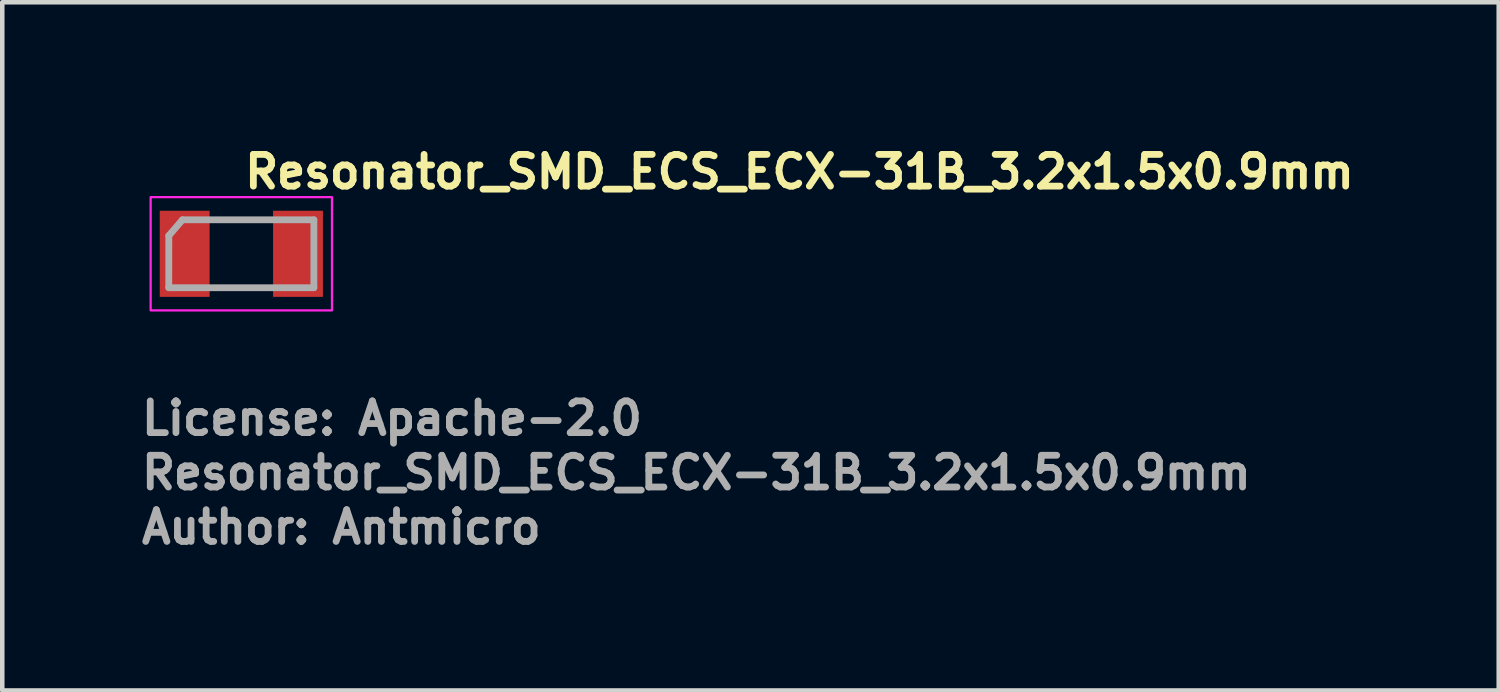
<source format=kicad_pcb>
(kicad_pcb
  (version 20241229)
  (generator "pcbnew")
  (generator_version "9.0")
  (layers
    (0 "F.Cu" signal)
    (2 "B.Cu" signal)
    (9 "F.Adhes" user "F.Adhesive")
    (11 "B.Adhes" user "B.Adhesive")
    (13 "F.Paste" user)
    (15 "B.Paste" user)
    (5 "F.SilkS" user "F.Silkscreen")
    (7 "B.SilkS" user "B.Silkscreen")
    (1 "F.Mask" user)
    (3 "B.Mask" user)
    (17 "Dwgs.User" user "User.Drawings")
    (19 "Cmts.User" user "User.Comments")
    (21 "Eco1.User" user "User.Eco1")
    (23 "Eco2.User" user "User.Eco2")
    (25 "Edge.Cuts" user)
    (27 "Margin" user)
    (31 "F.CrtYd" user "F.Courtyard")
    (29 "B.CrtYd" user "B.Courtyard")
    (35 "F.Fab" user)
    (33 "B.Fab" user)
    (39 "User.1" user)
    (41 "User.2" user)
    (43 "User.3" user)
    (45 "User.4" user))
  (footprint "Resonator_SMD_ECS_ECX-31B_3.2x1.5x0.9mm"
    (layer "F.Cu")
    (at 2.275 2.55)
    (property "Reference" "Resonator_SMD_ECS_ECX-31B_3.2x1.5x0.9mm" (at 0 -1.4 0) (layer "F.SilkS") (effects (font (size 0.7 0.7) (thickness 0.15)) (justify left bottom)))
    (attr smd)
    (fp_rect (start -2.001 -1.25) (end 2 1.248) (stroke (width 0.05) (type solid)) (fill no) (layer "F.CrtYd"))
    (fp_line (start -1.601 0.748) (end -1.6 -0.4) (stroke (width 0.15) (type solid)) (layer "F.Fab"))
    (fp_line (start -1.601 0.748) (end 1.6 0.748) (stroke (width 0.15) (type solid)) (layer "F.Fab"))
    (fp_line (start -1.3 -0.75) (end -1.6 -0.4) (stroke (width 0.15) (type solid)) (layer "F.Fab"))
    (fp_line (start 1.6 -0.75) (end -1.3 -0.75) (stroke (width 0.15) (type solid)) (layer "F.Fab"))
    (fp_line (start 1.6 0.748) (end 1.6 -0.75) (stroke (width 0.15) (type solid)) (layer "F.Fab"))
    (fp_rect (start -1.601 -0.75) (end 1.6 0.748) (stroke (width 0.1) (type solid)) (fill no) (layer "User.5"))
    (fp_line (start -1.601 -0.677) (end -1.601 0.675) (stroke (width 0.02) (type solid)) (layer "User.9"))
    (fp_line (start -1.601 0.675) (end -1.597 0.675) (stroke (width 0.02) (type solid)) (layer "User.9"))
    (fp_line (start -1.597 -0.677) (end -1.601 -0.677) (stroke (width 0.02) (type solid)) (layer "User.9"))
    (fp_line (start -1.597 0.675) (end -1.593 0.675) (stroke (width 0.02) (type solid)) (layer "User.9"))
    (fp_line (start -1.593 -0.677) (end -1.597 -0.677) (stroke (width 0.02) (type solid)) (layer "User.9"))
    (fp_line (start -1.593 0.675) (end -1.589 0.675) (stroke (width 0.02) (type solid)) (layer "User.9"))
    (fp_line (start -1.589 -0.677) (end -1.593 -0.677) (stroke (width 0.02) (type solid)) (layer "User.9"))
    (fp_line (start -1.589 0.675) (end -1.587 0.676) (stroke (width 0.02) (type solid)) (layer "User.9"))
    (fp_line (start -1.587 -0.678) (end -1.589 -0.677) (stroke (width 0.02) (type solid)) (layer "User.9"))
    (fp_line (start -1.587 0.676) (end -1.583 0.677) (stroke (width 0.02) (type solid)) (layer "User.9"))
    (fp_line (start -1.583 -0.679) (end -1.587 -0.678) (stroke (width 0.02) (type solid)) (layer "User.9"))
    (fp_line (start -1.583 0.677) (end -1.579 0.678) (stroke (width 0.02) (type solid)) (layer "User.9"))
    (fp_line (start -1.579 -0.68) (end -1.583 -0.679) (stroke (width 0.02) (type solid)) (layer "User.9"))
    (fp_line (start -1.579 0.678) (end -1.575 0.679) (stroke (width 0.02) (type solid)) (layer "User.9"))
    (fp_line (start -1.575 -0.681) (end -1.579 -0.68) (stroke (width 0.02) (type solid)) (layer "User.9"))
    (fp_line (start -1.575 0.679) (end -1.573 0.68) (stroke (width 0.02) (type solid)) (layer "User.9"))
    (fp_line (start -1.573 -0.682) (end -1.575 -0.681) (stroke (width 0.02) (type solid)) (layer "User.9"))
    (fp_line (start -1.573 0.68) (end -1.569 0.682) (stroke (width 0.02) (type solid)) (layer "User.9"))
    (fp_line (start -1.569 -0.684) (end -1.573 -0.682) (stroke (width 0.02) (type solid)) (layer "User.9"))
    (fp_line (start -1.569 0.682) (end -1.565 0.683) (stroke (width 0.02) (type solid)) (layer "User.9"))
    (fp_line (start -1.565 -0.685) (end -1.569 -0.684) (stroke (width 0.02) (type solid)) (layer "User.9"))
    (fp_line (start -1.565 0.683) (end -1.563 0.685) (stroke (width 0.02) (type solid)) (layer "User.9"))
    (fp_line (start -1.563 -0.687) (end -1.565 -0.685) (stroke (width 0.02) (type solid)) (layer "User.9"))
    (fp_line (start -1.563 0.685) (end -1.559 0.687) (stroke (width 0.02) (type solid)) (layer "User.9"))
    (fp_line (start -1.559 -0.689) (end -1.563 -0.687) (stroke (width 0.02) (type solid)) (layer "User.9"))
    (fp_line (start -1.559 0.687) (end -1.557 0.689) (stroke (width 0.02) (type solid)) (layer "User.9"))
    (fp_line (start -1.557 -0.691) (end -1.559 -0.689) (stroke (width 0.02) (type solid)) (layer "User.9"))
    (fp_line (start -1.557 0.689) (end -1.553 0.691) (stroke (width 0.02) (type solid)) (layer "User.9"))
    (fp_line (start -1.553 -0.693) (end -1.557 -0.691) (stroke (width 0.02) (type solid)) (layer "User.9"))
    (fp_line (start -1.553 0.691) (end -1.551 0.694) (stroke (width 0.02) (type solid)) (layer "User.9"))
    (fp_line (start -1.551 -0.696) (end -1.553 -0.693) (stroke (width 0.02) (type solid)) (layer "User.9"))
    (fp_line (start -1.551 0.694) (end -1.547 0.696) (stroke (width 0.02) (type solid)) (layer "User.9"))
    (fp_line (start -1.547 -0.698) (end -1.551 -0.696) (stroke (width 0.02) (type solid)) (layer "User.9"))
    (fp_line (start -1.547 -0.698) (end -1.547 -0.698) (stroke (width 0.02) (type solid)) (layer "User.9"))
    (fp_line (start -1.547 0.696) (end -1.547 0.696) (stroke (width 0.02) (type solid)) (layer "User.9"))
    (fp_line (start -1.547 0.696) (end -1.545 0.699) (stroke (width 0.02) (type solid)) (layer "User.9"))
    (fp_line (start -1.545 -0.701) (end -1.547 -0.698) (stroke (width 0.02) (type solid)) (layer "User.9"))
    (fp_line (start -1.545 0.699) (end -1.543 0.702) (stroke (width 0.02) (type solid)) (layer "User.9"))
    (fp_line (start -1.543 -0.704) (end -1.545 -0.701) (stroke (width 0.02) (type solid)) (layer "User.9"))
    (fp_line (start -1.543 0.702) (end -1.541 0.704) (stroke (width 0.02) (type solid)) (layer "User.9"))
    (fp_line (start -1.541 -0.706) (end -1.543 -0.704) (stroke (width 0.02) (type solid)) (layer "User.9"))
    (fp_line (start -1.541 0.704) (end -1.539 0.707) (stroke (width 0.02) (type solid)) (layer "User.9"))
    (fp_line (start -1.539 -0.709) (end -1.541 -0.706) (stroke (width 0.02) (type solid)) (layer "User.9"))
    (fp_line (start -1.539 0.707) (end -1.536 0.71) (stroke (width 0.02) (type solid)) (layer "User.9"))
    (fp_line (start -1.536 -0.712) (end -1.539 -0.709) (stroke (width 0.02) (type solid)) (layer "User.9"))
    (fp_line (start -1.536 0.71) (end -1.534 0.713) (stroke (width 0.02) (type solid)) (layer "User.9"))
    (fp_line (start -1.534 -0.718) (end -1.534 -0.715) (stroke (width 0.02) (type solid)) (layer "User.9"))
    (fp_line (start -1.534 -0.715) (end -1.536 -0.712) (stroke (width 0.02) (type solid)) (layer "User.9"))
    (fp_line (start -1.534 0.713) (end -1.534 0.716) (stroke (width 0.02) (type solid)) (layer "User.9"))
    (fp_line (start -1.534 0.716) (end -1.532 0.72) (stroke (width 0.02) (type solid)) (layer "User.9"))
    (fp_line (start -1.532 -0.722) (end -1.534 -0.718) (stroke (width 0.02) (type solid)) (layer "User.9"))
    (fp_line (start -1.532 0.72) (end -1.53 0.723) (stroke (width 0.02) (type solid)) (layer "User.9"))
    (fp_line (start -1.53 -0.729) (end -1.53 -0.725) (stroke (width 0.02) (type solid)) (layer "User.9"))
    (fp_line (start -1.53 -0.725) (end -1.532 -0.722) (stroke (width 0.02) (type solid)) (layer "User.9"))
    (fp_line (start -1.53 0.723) (end -1.53 0.727) (stroke (width 0.02) (type solid)) (layer "User.9"))
    (fp_line (start -1.53 0.727) (end -1.528 0.73) (stroke (width 0.02) (type solid)) (layer "User.9"))
    (fp_line (start -1.528 -0.736) (end -1.528 -0.732) (stroke (width 0.02) (type solid)) (layer "User.9"))
    (fp_line (start -1.528 -0.732) (end -1.53 -0.729) (stroke (width 0.02) (type solid)) (layer "User.9"))
    (fp_line (start -1.528 0.73) (end -1.528 0.734) (stroke (width 0.02) (type solid)) (layer "User.9"))
    (fp_line (start -1.528 0.734) (end -1.526 0.737) (stroke (width 0.02) (type solid)) (layer "User.9"))
    (fp_line (start -1.526 -0.75) (end -1.526 -0.747) (stroke (width 0.02) (type solid)) (layer "User.9"))
    (fp_line (start -1.526 -0.747) (end -1.526 -0.743) (stroke (width 0.02) (type solid)) (layer "User.9"))
    (fp_line (start -1.526 -0.743) (end -1.526 -0.739) (stroke (width 0.02) (type solid)) (layer "User.9"))
    (fp_line (start -1.526 -0.739) (end -1.528 -0.736) (stroke (width 0.02) (type solid)) (layer "User.9"))
    (fp_line (start -1.526 0.737) (end -1.526 0.741) (stroke (width 0.02) (type solid)) (layer "User.9"))
    (fp_line (start -1.526 0.741) (end -1.526 0.745) (stroke (width 0.02) (type solid)) (layer "User.9"))
    (fp_line (start -1.526 0.745) (end -1.526 0.748) (stroke (width 0.02) (type solid)) (layer "User.9"))
    (fp_line (start -1.526 0.748) (end 1.523 0.748) (stroke (width 0.02) (type solid)) (layer "User.9"))
    (fp_line (start -1.5 -0.567) (end -1.498 -0.572) (stroke (width 0.02) (type solid)) (layer "User.9"))
    (fp_line (start -1.5 -0.562) (end -1.5 -0.567) (stroke (width 0.02) (type solid)) (layer "User.9"))
    (fp_line (start -1.5 -0.557) (end -1.5 -0.562) (stroke (width 0.02) (type solid)) (layer "User.9"))
    (fp_line (start -1.5 -0.552) (end -1.5 -0.557) (stroke (width 0.02) (type solid)) (layer "User.9"))
    (fp_line (start -1.5 0.55) (end -1.5 -0.552) (stroke (width 0.02) (type solid)) (layer "User.9"))
    (fp_line (start -1.5 0.555) (end -1.5 0.55) (stroke (width 0.02) (type solid)) (layer "User.9"))
    (fp_line (start -1.5 0.56) (end -1.5 0.555) (stroke (width 0.02) (type solid)) (layer "User.9"))
    (fp_line (start -1.5 0.565) (end -1.5 0.56) (stroke (width 0.02) (type solid)) (layer "User.9"))
    (fp_line (start -1.498 -0.576) (end -1.496 -0.58) (stroke (width 0.02) (type solid)) (layer "User.9"))
    (fp_line (start -1.498 -0.572) (end -1.498 -0.576) (stroke (width 0.02) (type solid)) (layer "User.9"))
    (fp_line (start -1.498 0.57) (end -1.5 0.565) (stroke (width 0.02) (type solid)) (layer "User.9"))
    (fp_line (start -1.498 0.574) (end -1.498 0.57) (stroke (width 0.02) (type solid)) (layer "User.9"))
    (fp_line (start -1.496 -0.58) (end -1.494 -0.585) (stroke (width 0.02) (type solid)) (layer "User.9"))
    (fp_line (start -1.496 0.578) (end -1.498 0.574) (stroke (width 0.02) (type solid)) (layer "User.9"))
    (fp_line (start -1.494 -0.589) (end -1.492 -0.594) (stroke (width 0.02) (type solid)) (layer "User.9"))
    (fp_line (start -1.494 -0.585) (end -1.494 -0.589) (stroke (width 0.02) (type solid)) (layer "User.9"))
    (fp_line (start -1.494 0.583) (end -1.496 0.578) (stroke (width 0.02) (type solid)) (layer "User.9"))
    (fp_line (start -1.494 0.587) (end -1.494 0.583) (stroke (width 0.02) (type solid)) (layer "User.9"))
    (fp_line (start -1.492 -0.594) (end -1.488 -0.598) (stroke (width 0.02) (type solid)) (layer "User.9"))
    (fp_line (start -1.492 0.592) (end -1.494 0.587) (stroke (width 0.02) (type solid)) (layer "User.9"))
    (fp_line (start -1.488 -0.598) (end -1.486 -0.602) (stroke (width 0.02) (type solid)) (layer "User.9"))
    (fp_line (start -1.488 0.596) (end -1.492 0.592) (stroke (width 0.02) (type solid)) (layer "User.9"))
    (fp_line (start -1.486 -0.602) (end -1.484 -0.606) (stroke (width 0.02) (type solid)) (layer "User.9"))
    (fp_line (start -1.486 0.6) (end -1.488 0.596) (stroke (width 0.02) (type solid)) (layer "User.9"))
    (fp_line (start -1.484 -0.606) (end -1.482 -0.61) (stroke (width 0.02) (type solid)) (layer "User.9"))
    (fp_line (start -1.484 0.604) (end -1.486 0.6) (stroke (width 0.02) (type solid)) (layer "User.9"))
    (fp_line (start -1.482 -0.61) (end -1.478 -0.614) (stroke (width 0.02) (type solid)) (layer "User.9"))
    (fp_line (start -1.482 0.608) (end -1.484 0.604) (stroke (width 0.02) (type solid)) (layer "User.9"))
    (fp_line (start -1.478 -0.614) (end -1.476 -0.618) (stroke (width 0.02) (type solid)) (layer "User.9"))
    (fp_line (start -1.478 0.612) (end -1.482 0.608) (stroke (width 0.02) (type solid)) (layer "User.9"))
    (fp_line (start -1.476 -0.618) (end -1.472 -0.621) (stroke (width 0.02) (type solid)) (layer "User.9"))
    (fp_line (start -1.476 0.616) (end -1.478 0.612) (stroke (width 0.02) (type solid)) (layer "User.9"))
    (fp_line (start -1.472 -0.621) (end -1.468 -0.625) (stroke (width 0.02) (type solid)) (layer "User.9"))
    (fp_line (start -1.472 0.619) (end -1.476 0.616) (stroke (width 0.02) (type solid)) (layer "User.9"))
    (fp_line (start -1.468 -0.625) (end -1.464 -0.628) (stroke (width 0.02) (type solid)) (layer "User.9"))
    (fp_line (start -1.468 0.623) (end -1.472 0.619) (stroke (width 0.02) (type solid)) (layer "User.9"))
    (fp_line (start -1.464 -0.628) (end -1.46 -0.631) (stroke (width 0.02) (type solid)) (layer "User.9"))
    (fp_line (start -1.464 0.626) (end -1.468 0.623) (stroke (width 0.02) (type solid)) (layer "User.9"))
    (fp_line (start -1.46 -0.631) (end -1.456 -0.633) (stroke (width 0.02) (type solid)) (layer "User.9"))
    (fp_line (start -1.46 0.629) (end -1.464 0.626) (stroke (width 0.02) (type solid)) (layer "User.9"))
    (fp_line (start -1.456 -0.633) (end -1.452 -0.636) (stroke (width 0.02) (type solid)) (layer "User.9"))
    (fp_line (start -1.456 0.631) (end -1.46 0.629) (stroke (width 0.02) (type solid)) (layer "User.9"))
    (fp_line (start -1.452 -0.636) (end -1.448 -0.638) (stroke (width 0.02) (type solid)) (layer "User.9"))
    (fp_line (start -1.452 0.634) (end -1.456 0.631) (stroke (width 0.02) (type solid)) (layer "User.9"))
    (fp_line (start -1.448 -0.638) (end -1.444 -0.642) (stroke (width 0.02) (type solid)) (layer "User.9"))
    (fp_line (start -1.448 0.636) (end -1.452 0.634) (stroke (width 0.02) (type solid)) (layer "User.9"))
    (fp_line (start -1.444 -0.642) (end -1.44 -0.644) (stroke (width 0.02) (type solid)) (layer "User.9"))
    (fp_line (start -1.444 0.64) (end -1.448 0.636) (stroke (width 0.02) (type solid)) (layer "User.9"))
    (fp_line (start -1.44 -0.644) (end -1.436 -0.645) (stroke (width 0.02) (type solid)) (layer "User.9"))
    (fp_line (start -1.44 0.642) (end -1.444 0.64) (stroke (width 0.02) (type solid)) (layer "User.9"))
    (fp_line (start -1.436 -0.645) (end -1.43 -0.647) (stroke (width 0.02) (type solid)) (layer "User.9"))
    (fp_line (start -1.436 0.643) (end -1.44 0.642) (stroke (width 0.02) (type solid)) (layer "User.9"))
    (fp_line (start -1.43 -0.647) (end -1.426 -0.648) (stroke (width 0.02) (type solid)) (layer "User.9"))
    (fp_line (start -1.43 0.645) (end -1.436 0.643) (stroke (width 0.02) (type solid)) (layer "User.9"))
    (fp_line (start -1.426 -0.648) (end -1.422 -0.649) (stroke (width 0.02) (type solid)) (layer "User.9"))
    (fp_line (start -1.426 0.646) (end -1.43 0.645) (stroke (width 0.02) (type solid)) (layer "User.9"))
    (fp_line (start -1.422 -0.649) (end -1.416 -0.65) (stroke (width 0.02) (type solid)) (layer "User.9"))
    (fp_line (start -1.422 0.647) (end -1.426 0.646) (stroke (width 0.02) (type solid)) (layer "User.9"))
    (fp_line (start -1.416 -0.65) (end -1.412 -0.651) (stroke (width 0.02) (type solid)) (layer "User.9"))
    (fp_line (start -1.416 0.648) (end -1.422 0.647) (stroke (width 0.02) (type solid)) (layer "User.9"))
    (fp_line (start -1.412 -0.651) (end -1.407 -0.651) (stroke (width 0.02) (type solid)) (layer "User.9"))
    (fp_line (start -1.412 0.649) (end -1.416 0.648) (stroke (width 0.02) (type solid)) (layer "User.9"))
    (fp_line (start -1.407 -0.651) (end -1.401 -0.652) (stroke (width 0.02) (type solid)) (layer "User.9"))
    (fp_line (start -1.407 0.649) (end -1.412 0.649) (stroke (width 0.02) (type solid)) (layer "User.9"))
    (fp_line (start -1.401 -0.652) (end 1.398 -0.652) (stroke (width 0.02) (type solid)) (layer "User.9"))
    (fp_line (start -1.401 0.65) (end -1.407 0.649) (stroke (width 0.02) (type solid)) (layer "User.9"))
    (fp_line (start 1.398 -0.652) (end 1.404 -0.651) (stroke (width 0.02) (type solid)) (layer "User.9"))
    (fp_line (start 1.398 0.65) (end -1.401 0.65) (stroke (width 0.02) (type solid)) (layer "User.9"))
    (fp_line (start 1.404 -0.651) (end 1.409 -0.651) (stroke (width 0.02) (type solid)) (layer "User.9"))
    (fp_line (start 1.404 0.649) (end 1.398 0.65) (stroke (width 0.02) (type solid)) (layer "User.9"))
    (fp_line (start 1.409 -0.651) (end 1.415 -0.65) (stroke (width 0.02) (type solid)) (layer "User.9"))
    (fp_line (start 1.409 0.649) (end 1.404 0.649) (stroke (width 0.02) (type solid)) (layer "User.9"))
    (fp_line (start 1.415 -0.65) (end 1.419 -0.649) (stroke (width 0.02) (type solid)) (layer "User.9"))
    (fp_line (start 1.415 0.648) (end 1.409 0.649) (stroke (width 0.02) (type solid)) (layer "User.9"))
    (fp_line (start 1.419 -0.649) (end 1.423 -0.648) (stroke (width 0.02) (type solid)) (layer "User.9"))
    (fp_line (start 1.419 0.647) (end 1.415 0.648) (stroke (width 0.02) (type solid)) (layer "User.9"))
    (fp_line (start 1.423 -0.648) (end 1.429 -0.647) (stroke (width 0.02) (type solid)) (layer "User.9"))
    (fp_line (start 1.423 0.646) (end 1.419 0.647) (stroke (width 0.02) (type solid)) (layer "User.9"))
    (fp_line (start 1.429 -0.647) (end 1.433 -0.645) (stroke (width 0.02) (type solid)) (layer "User.9"))
    (fp_line (start 1.429 0.645) (end 1.423 0.646) (stroke (width 0.02) (type solid)) (layer "User.9"))
    (fp_line (start 1.433 -0.645) (end 1.437 -0.644) (stroke (width 0.02) (type solid)) (layer "User.9"))
    (fp_line (start 1.433 0.643) (end 1.429 0.645) (stroke (width 0.02) (type solid)) (layer "User.9"))
    (fp_line (start 1.437 -0.644) (end 1.443 -0.642) (stroke (width 0.02) (type solid)) (layer "User.9"))
    (fp_line (start 1.437 0.642) (end 1.433 0.643) (stroke (width 0.02) (type solid)) (layer "User.9"))
    (fp_line (start 1.443 -0.642) (end 1.447 -0.638) (stroke (width 0.02) (type solid)) (layer "User.9"))
    (fp_line (start 1.443 0.64) (end 1.437 0.642) (stroke (width 0.02) (type solid)) (layer "User.9"))
    (fp_line (start 1.447 -0.638) (end 1.451 -0.636) (stroke (width 0.02) (type solid)) (layer "User.9"))
    (fp_line (start 1.447 0.636) (end 1.443 0.64) (stroke (width 0.02) (type solid)) (layer "User.9"))
    (fp_line (start 1.451 -0.636) (end 1.455 -0.633) (stroke (width 0.02) (type solid)) (layer "User.9"))
    (fp_line (start 1.451 0.634) (end 1.447 0.636) (stroke (width 0.02) (type solid)) (layer "User.9"))
    (fp_line (start 1.455 -0.633) (end 1.459 -0.631) (stroke (width 0.02) (type solid)) (layer "User.9"))
    (fp_line (start 1.455 0.631) (end 1.451 0.634) (stroke (width 0.02) (type solid)) (layer "User.9"))
    (fp_line (start 1.459 -0.631) (end 1.463 -0.628) (stroke (width 0.02) (type solid)) (layer "User.9"))
    (fp_line (start 1.459 0.629) (end 1.455 0.631) (stroke (width 0.02) (type solid)) (layer "User.9"))
    (fp_line (start 1.463 -0.628) (end 1.467 -0.625) (stroke (width 0.02) (type solid)) (layer "User.9"))
    (fp_line (start 1.463 0.626) (end 1.459 0.629) (stroke (width 0.02) (type solid)) (layer "User.9"))
    (fp_line (start 1.467 -0.625) (end 1.469 -0.621) (stroke (width 0.02) (type solid)) (layer "User.9"))
    (fp_line (start 1.467 0.623) (end 1.463 0.626) (stroke (width 0.02) (type solid)) (layer "User.9"))
    (fp_line (start 1.469 -0.621) (end 1.473 -0.618) (stroke (width 0.02) (type solid)) (layer "User.9"))
    (fp_line (start 1.469 0.619) (end 1.467 0.623) (stroke (width 0.02) (type solid)) (layer "User.9"))
    (fp_line (start 1.473 -0.618) (end 1.477 -0.614) (stroke (width 0.02) (type solid)) (layer "User.9"))
    (fp_line (start 1.473 0.616) (end 1.469 0.619) (stroke (width 0.02) (type solid)) (layer "User.9"))
    (fp_line (start 1.477 -0.614) (end 1.479 -0.61) (stroke (width 0.02) (type solid)) (layer "User.9"))
    (fp_line (start 1.477 0.612) (end 1.473 0.616) (stroke (width 0.02) (type solid)) (layer "User.9"))
    (fp_line (start 1.479 -0.61) (end 1.481 -0.606) (stroke (width 0.02) (type solid)) (layer "User.9"))
    (fp_line (start 1.479 0.608) (end 1.477 0.612) (stroke (width 0.02) (type solid)) (layer "User.9"))
    (fp_line (start 1.481 -0.606) (end 1.485 -0.602) (stroke (width 0.02) (type solid)) (layer "User.9"))
    (fp_line (start 1.481 0.604) (end 1.479 0.608) (stroke (width 0.02) (type solid)) (layer "User.9"))
    (fp_line (start 1.485 -0.602) (end 1.487 -0.598) (stroke (width 0.02) (type solid)) (layer "User.9"))
    (fp_line (start 1.485 0.6) (end 1.481 0.604) (stroke (width 0.02) (type solid)) (layer "User.9"))
    (fp_line (start 1.487 -0.598) (end 1.489 -0.594) (stroke (width 0.02) (type solid)) (layer "User.9"))
    (fp_line (start 1.487 0.596) (end 1.485 0.6) (stroke (width 0.02) (type solid)) (layer "User.9"))
    (fp_line (start 1.489 -0.594) (end 1.491 -0.589) (stroke (width 0.02) (type solid)) (layer "User.9"))
    (fp_line (start 1.489 0.592) (end 1.487 0.596) (stroke (width 0.02) (type solid)) (layer "User.9"))
    (fp_line (start 1.491 -0.589) (end 1.493 -0.585) (stroke (width 0.02) (type solid)) (layer "User.9"))
    (fp_line (start 1.491 0.587) (end 1.489 0.592) (stroke (width 0.02) (type solid)) (layer "User.9"))
    (fp_line (start 1.493 -0.585) (end 1.495 -0.58) (stroke (width 0.02) (type solid)) (layer "User.9"))
    (fp_line (start 1.493 0.583) (end 1.491 0.587) (stroke (width 0.02) (type solid)) (layer "User.9"))
    (fp_line (start 1.495 -0.58) (end 1.495 -0.576) (stroke (width 0.02) (type solid)) (layer "User.9"))
    (fp_line (start 1.495 -0.576) (end 1.497 -0.572) (stroke (width 0.02) (type solid)) (layer "User.9"))
    (fp_line (start 1.495 0.574) (end 1.495 0.578) (stroke (width 0.02) (type solid)) (layer "User.9"))
    (fp_line (start 1.495 0.578) (end 1.493 0.583) (stroke (width 0.02) (type solid)) (layer "User.9"))
    (fp_line (start 1.497 -0.572) (end 1.497 -0.567) (stroke (width 0.02) (type solid)) (layer "User.9"))
    (fp_line (start 1.497 -0.567) (end 1.499 -0.562) (stroke (width 0.02) (type solid)) (layer "User.9"))
    (fp_line (start 1.497 0.565) (end 1.497 0.57) (stroke (width 0.02) (type solid)) (layer "User.9"))
    (fp_line (start 1.497 0.57) (end 1.495 0.574) (stroke (width 0.02) (type solid)) (layer "User.9"))
    (fp_line (start 1.499 -0.562) (end 1.499 -0.557) (stroke (width 0.02) (type solid)) (layer "User.9"))
    (fp_line (start 1.499 -0.557) (end 1.499 -0.552) (stroke (width 0.02) (type solid)) (layer "User.9"))
    (fp_line (start 1.499 -0.552) (end 1.499 0.55) (stroke (width 0.02) (type solid)) (layer "User.9"))
    (fp_line (start 1.499 0.55) (end 1.499 0.555) (stroke (width 0.02) (type solid)) (layer "User.9"))
    (fp_line (start 1.499 0.555) (end 1.499 0.56) (stroke (width 0.02) (type solid)) (layer "User.9"))
    (fp_line (start 1.499 0.56) (end 1.497 0.565) (stroke (width 0.02) (type solid)) (layer "User.9"))
    (fp_line (start 1.523 -0.75) (end -1.526 -0.75) (stroke (width 0.02) (type solid)) (layer "User.9"))
    (fp_line (start 1.523 0.748) (end 1.525 0.745) (stroke (width 0.02) (type solid)) (layer "User.9"))
    (fp_line (start 1.525 -0.747) (end 1.523 -0.75) (stroke (width 0.02) (type solid)) (layer "User.9"))
    (fp_line (start 1.525 -0.743) (end 1.525 -0.747) (stroke (width 0.02) (type solid)) (layer "User.9"))
    (fp_line (start 1.525 -0.739) (end 1.525 -0.743) (stroke (width 0.02) (type solid)) (layer "User.9"))
    (fp_line (start 1.525 -0.736) (end 1.525 -0.739) (stroke (width 0.02) (type solid)) (layer "User.9"))
    (fp_line (start 1.525 0.734) (end 1.527 0.73) (stroke (width 0.02) (type solid)) (layer "User.9"))
    (fp_line (start 1.525 0.737) (end 1.525 0.734) (stroke (width 0.02) (type solid)) (layer "User.9"))
    (fp_line (start 1.525 0.741) (end 1.525 0.737) (stroke (width 0.02) (type solid)) (layer "User.9"))
    (fp_line (start 1.525 0.745) (end 1.525 0.741) (stroke (width 0.02) (type solid)) (layer "User.9"))
    (fp_line (start 1.527 -0.732) (end 1.525 -0.736) (stroke (width 0.02) (type solid)) (layer "User.9"))
    (fp_line (start 1.527 -0.729) (end 1.527 -0.732) (stroke (width 0.02) (type solid)) (layer "User.9"))
    (fp_line (start 1.527 0.727) (end 1.529 0.723) (stroke (width 0.02) (type solid)) (layer "User.9"))
    (fp_line (start 1.527 0.73) (end 1.527 0.727) (stroke (width 0.02) (type solid)) (layer "User.9"))
    (fp_line (start 1.529 -0.725) (end 1.527 -0.729) (stroke (width 0.02) (type solid)) (layer "User.9"))
    (fp_line (start 1.529 -0.722) (end 1.529 -0.725) (stroke (width 0.02) (type solid)) (layer "User.9"))
    (fp_line (start 1.529 0.72) (end 1.531 0.716) (stroke (width 0.02) (type solid)) (layer "User.9"))
    (fp_line (start 1.529 0.723) (end 1.529 0.72) (stroke (width 0.02) (type solid)) (layer "User.9"))
    (fp_line (start 1.531 -0.718) (end 1.529 -0.722) (stroke (width 0.02) (type solid)) (layer "User.9"))
    (fp_line (start 1.531 0.716) (end 1.533 0.713) (stroke (width 0.02) (type solid)) (layer "User.9"))
    (fp_line (start 1.533 -0.715) (end 1.531 -0.718) (stroke (width 0.02) (type solid)) (layer "User.9"))
    (fp_line (start 1.533 0.713) (end 1.535 0.71) (stroke (width 0.02) (type solid)) (layer "User.9"))
    (fp_line (start 1.535 -0.712) (end 1.533 -0.715) (stroke (width 0.02) (type solid)) (layer "User.9"))
    (fp_line (start 1.535 0.71) (end 1.536 0.707) (stroke (width 0.02) (type solid)) (layer "User.9"))
    (fp_line (start 1.536 -0.709) (end 1.535 -0.712) (stroke (width 0.02) (type solid)) (layer "User.9"))
    (fp_line (start 1.536 0.707) (end 1.538 0.704) (stroke (width 0.02) (type solid)) (layer "User.9"))
    (fp_line (start 1.538 -0.706) (end 1.536 -0.709) (stroke (width 0.02) (type solid)) (layer "User.9"))
    (fp_line (start 1.538 0.704) (end 1.54 0.702) (stroke (width 0.02) (type solid)) (layer "User.9"))
    (fp_line (start 1.54 -0.704) (end 1.538 -0.706) (stroke (width 0.02) (type solid)) (layer "User.9"))
    (fp_line (start 1.54 0.702) (end 1.544 0.699) (stroke (width 0.02) (type solid)) (layer "User.9"))
    (fp_line (start 1.544 -0.701) (end 1.54 -0.704) (stroke (width 0.02) (type solid)) (layer "User.9"))
    (fp_line (start 1.544 0.699) (end 1.546 0.696) (stroke (width 0.02) (type solid)) (layer "User.9"))
    (fp_line (start 1.546 -0.698) (end 1.544 -0.701) (stroke (width 0.02) (type solid)) (layer "User.9"))
    (fp_line (start 1.546 -0.698) (end 1.546 -0.698) (stroke (width 0.02) (type solid)) (layer "User.9"))
    (fp_line (start 1.546 0.696) (end 1.546 0.696) (stroke (width 0.02) (type solid)) (layer "User.9"))
    (fp_line (start 1.546 0.696) (end 1.548 0.694) (stroke (width 0.02) (type solid)) (layer "User.9"))
    (fp_line (start 1.548 -0.696) (end 1.546 -0.698) (stroke (width 0.02) (type solid)) (layer "User.9"))
    (fp_line (start 1.548 0.694) (end 1.552 0.691) (stroke (width 0.02) (type solid)) (layer "User.9"))
    (fp_line (start 1.552 -0.693) (end 1.548 -0.696) (stroke (width 0.02) (type solid)) (layer "User.9"))
    (fp_line (start 1.552 0.691) (end 1.554 0.689) (stroke (width 0.02) (type solid)) (layer "User.9"))
    (fp_line (start 1.554 -0.691) (end 1.552 -0.693) (stroke (width 0.02) (type solid)) (layer "User.9"))
    (fp_line (start 1.554 0.689) (end 1.558 0.687) (stroke (width 0.02) (type solid)) (layer "User.9"))
    (fp_line (start 1.558 -0.689) (end 1.554 -0.691) (stroke (width 0.02) (type solid)) (layer "User.9"))
    (fp_line (start 1.558 0.687) (end 1.56 0.685) (stroke (width 0.02) (type solid)) (layer "User.9"))
    (fp_line (start 1.56 -0.687) (end 1.558 -0.689) (stroke (width 0.02) (type solid)) (layer "User.9"))
    (fp_line (start 1.56 0.685) (end 1.564 0.683) (stroke (width 0.02) (type solid)) (layer "User.9"))
    (fp_line (start 1.564 -0.685) (end 1.56 -0.687) (stroke (width 0.02) (type solid)) (layer "User.9"))
    (fp_line (start 1.564 0.683) (end 1.566 0.682) (stroke (width 0.02) (type solid)) (layer "User.9"))
    (fp_line (start 1.566 -0.684) (end 1.564 -0.685) (stroke (width 0.02) (type solid)) (layer "User.9"))
    (fp_line (start 1.566 0.682) (end 1.57 0.68) (stroke (width 0.02) (type solid)) (layer "User.9"))
    (fp_line (start 1.57 -0.682) (end 1.566 -0.684) (stroke (width 0.02) (type solid)) (layer "User.9"))
    (fp_line (start 1.57 0.68) (end 1.574 0.679) (stroke (width 0.02) (type solid)) (layer "User.9"))
    (fp_line (start 1.574 -0.681) (end 1.57 -0.682) (stroke (width 0.02) (type solid)) (layer "User.9"))
    (fp_line (start 1.574 0.679) (end 1.578 0.678) (stroke (width 0.02) (type solid)) (layer "User.9"))
    (fp_line (start 1.578 -0.68) (end 1.574 -0.681) (stroke (width 0.02) (type solid)) (layer "User.9"))
    (fp_line (start 1.578 0.678) (end 1.58 0.677) (stroke (width 0.02) (type solid)) (layer "User.9"))
    (fp_line (start 1.58 -0.679) (end 1.578 -0.68) (stroke (width 0.02) (type solid)) (layer "User.9"))
    (fp_line (start 1.58 0.677) (end 1.584 0.676) (stroke (width 0.02) (type solid)) (layer "User.9"))
    (fp_line (start 1.584 -0.678) (end 1.58 -0.679) (stroke (width 0.02) (type solid)) (layer "User.9"))
    (fp_line (start 1.584 0.676) (end 1.588 0.675) (stroke (width 0.02) (type solid)) (layer "User.9"))
    (fp_line (start 1.588 -0.677) (end 1.584 -0.678) (stroke (width 0.02) (type solid)) (layer "User.9"))
    (fp_line (start 1.588 0.675) (end 1.592 0.675) (stroke (width 0.02) (type solid)) (layer "User.9"))
    (fp_line (start 1.592 -0.677) (end 1.588 -0.677) (stroke (width 0.02) (type solid)) (layer "User.9"))
    (fp_line (start 1.592 0.675) (end 1.596 0.675) (stroke (width 0.02) (type solid)) (layer "User.9"))
    (fp_line (start 1.596 -0.677) (end 1.592 -0.677) (stroke (width 0.02) (type solid)) (layer "User.9"))
    (fp_line (start 1.596 0.675) (end 1.6 0.675) (stroke (width 0.02) (type solid)) (layer "User.9"))
    (fp_line (start 1.6 -0.677) (end 1.596 -0.677) (stroke (width 0.02) (type solid)) (layer "User.9"))
    (fp_line (start 1.6 0.675) (end 1.6 -0.677) (stroke (width 0.02) (type solid)) (layer "User.9"))
    (fp_text user "Author: Antmicro" (at -2.275 6.439 0) (layer "F.Fab") (effects (font (size 0.7 0.7) (thickness 0.15)) (justify left bottom)))
    (fp_text user "${REFERENCE}" (at -2.275 5.239 0) (layer "F.Fab") (effects (font (size 0.7 0.7) (thickness 0.15)) (justify left bottom)))
    (fp_text user "License: Apache-2.0" (at -2.275 4.039 0) (layer "F.Fab") (effects (font (size 0.7 0.7) (thickness 0.15)) (justify left bottom)))
    (pad "1" smd rect (at -1.25 0) (size 1.1 1.9) (layers "F.Cu" "F.Mask" "F.Paste"))
    (pad "2" smd rect (at 1.25 0) (size 1.1 1.9) (layers "F.Cu" "F.Mask" "F.Paste")))
  (gr_rect
    (start -3 -3)
    (end 30.018 12.184)
    (stroke (width 0.1) (type default))
    (fill no)
    (layer "Edge.Cuts")))
</source>
